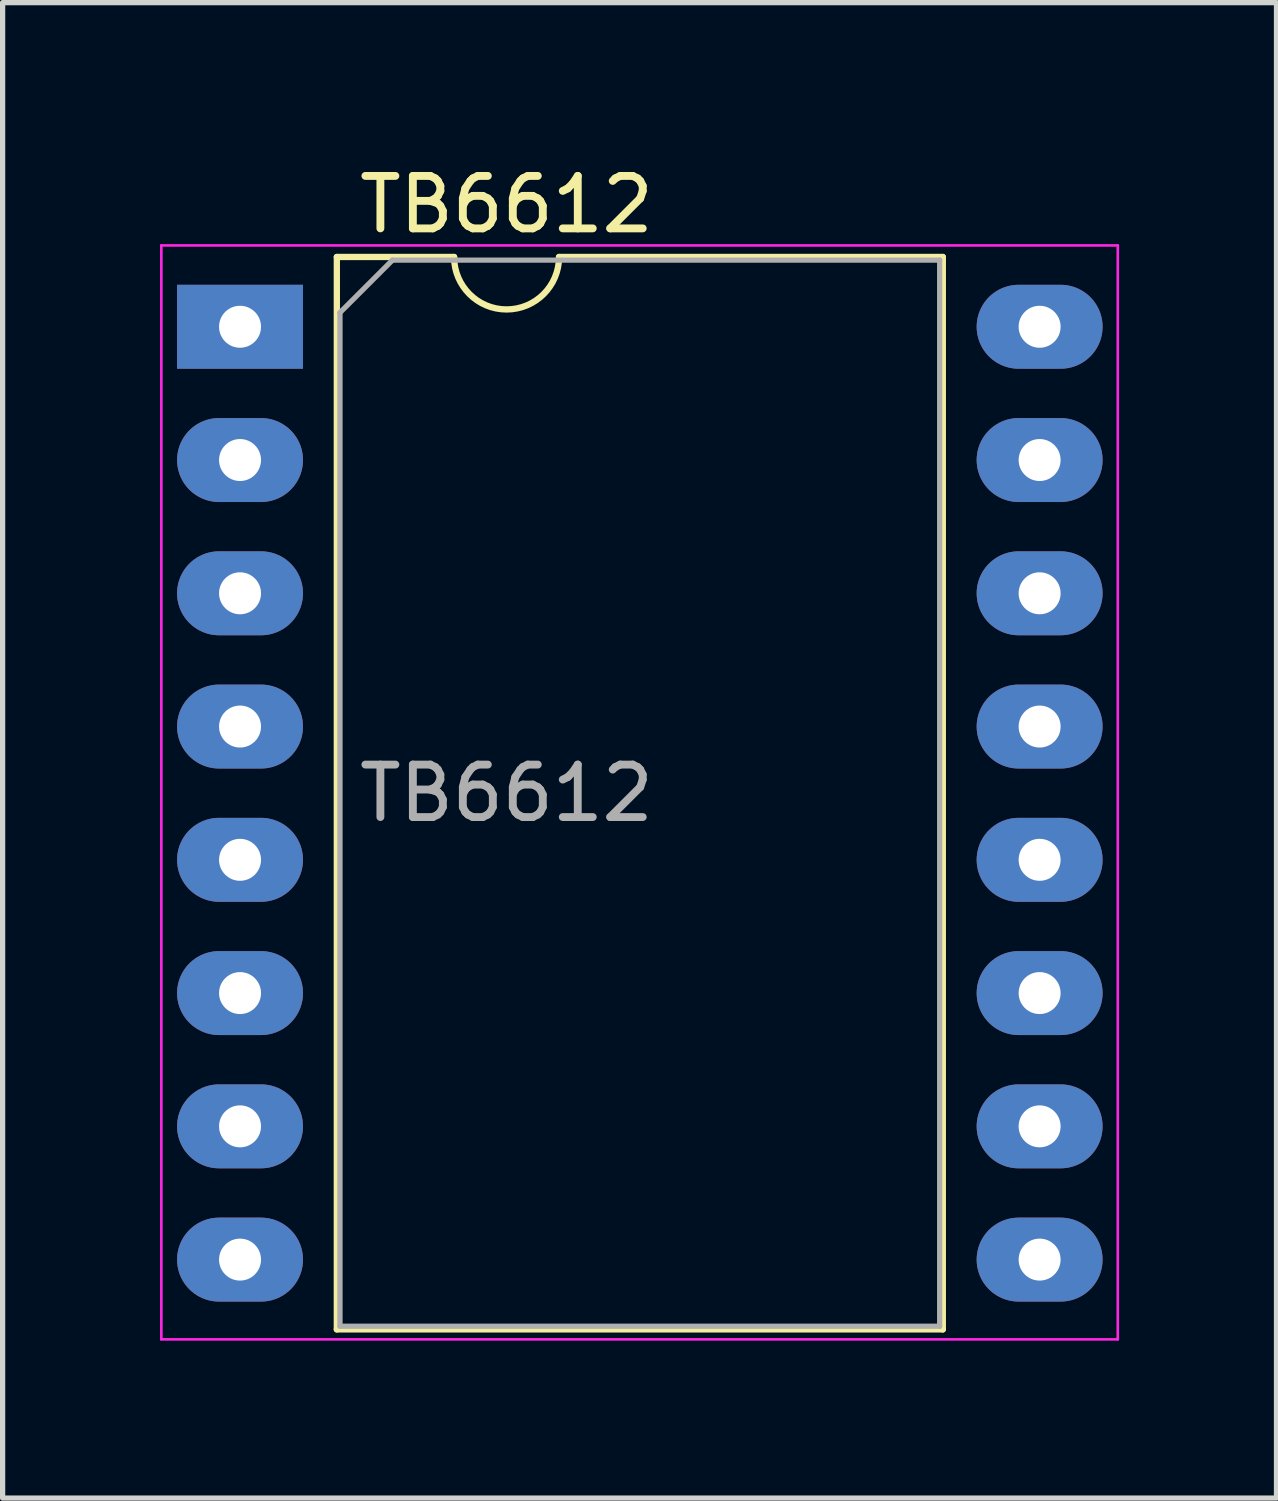
<source format=kicad_pcb>
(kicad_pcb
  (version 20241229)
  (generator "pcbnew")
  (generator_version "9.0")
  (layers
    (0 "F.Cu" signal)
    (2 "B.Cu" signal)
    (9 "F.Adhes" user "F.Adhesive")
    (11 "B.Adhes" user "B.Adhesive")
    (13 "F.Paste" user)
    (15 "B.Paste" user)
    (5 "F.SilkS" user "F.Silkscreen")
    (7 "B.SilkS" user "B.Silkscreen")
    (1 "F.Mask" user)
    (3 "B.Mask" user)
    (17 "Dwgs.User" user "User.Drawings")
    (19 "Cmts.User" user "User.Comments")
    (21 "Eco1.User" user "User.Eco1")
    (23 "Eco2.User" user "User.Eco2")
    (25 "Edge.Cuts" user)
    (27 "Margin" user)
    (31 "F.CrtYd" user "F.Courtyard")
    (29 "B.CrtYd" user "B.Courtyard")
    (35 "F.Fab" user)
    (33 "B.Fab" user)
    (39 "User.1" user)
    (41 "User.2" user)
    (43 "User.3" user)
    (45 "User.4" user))
  (footprint "TB6612"
    (layer "F.Cu")
    (at 1.525 3.178)
    (property "Reference" "TB6612" (at 5.08 -2.33 0) (layer "F.SilkS") (effects (font (size 1 1) (thickness 0.15))))
    (attr through_hole)
    (fp_line (start 1.845 -1.33) (end 1.845 19.11) (stroke (width 0.12) (type solid)) (layer "F.SilkS"))
    (fp_line (start 1.845 19.11) (end 13.395 19.11) (stroke (width 0.12) (type solid)) (layer "F.SilkS"))
    (fp_line (start 4.08 -1.33) (end 1.845 -1.33) (stroke (width 0.12) (type solid)) (layer "F.SilkS"))
    (fp_line (start 13.395 -1.33) (end 6.08 -1.33) (stroke (width 0.12) (type solid)) (layer "F.SilkS"))
    (fp_line (start 13.395 19.11) (end 13.395 -1.33) (stroke (width 0.12) (type solid)) (layer "F.SilkS"))
    (fp_arc (start 6.08 -1.33) (mid 5.08 -0.33) (end 4.08 -1.33) (stroke (width 0.12) (type solid)) (layer "F.SilkS"))
    (fp_line (start -1.5 -1.55) (end -1.5 19.3) (stroke (width 0.05) (type solid)) (layer "F.CrtYd"))
    (fp_line (start -1.5 19.3) (end 16.73 19.3) (stroke (width 0.05) (type solid)) (layer "F.CrtYd"))
    (fp_line (start 16.73 -1.55) (end -1.5 -1.55) (stroke (width 0.05) (type solid)) (layer "F.CrtYd"))
    (fp_line (start 16.73 19.3) (end 16.73 -1.55) (stroke (width 0.05) (type solid)) (layer "F.CrtYd"))
    (fp_line (start 1.905 -0.27) (end 2.905 -1.27) (stroke (width 0.1) (type solid)) (layer "F.Fab"))
    (fp_line (start 1.905 19.05) (end 1.905 -0.27) (stroke (width 0.1) (type solid)) (layer "F.Fab"))
    (fp_line (start 2.905 -1.27) (end 13.335 -1.27) (stroke (width 0.1) (type solid)) (layer "F.Fab"))
    (fp_line (start 13.335 -1.27) (end 13.335 19.05) (stroke (width 0.1) (type solid)) (layer "F.Fab"))
    (fp_line (start 13.335 19.05) (end 1.905 19.05) (stroke (width 0.1) (type solid)) (layer "F.Fab"))
    (fp_text user "${REFERENCE}" (at 5.08 8.89 0) (layer "F.Fab") (effects (font (size 1 1) (thickness 0.15))))
    (pad "1" thru_hole rect (at 0 0) (size 2.4 1.6) (drill 0.8) (layers "*.Cu" "*.Mask"))
    (pad "2" thru_hole oval (at 0 2.54) (size 2.4 1.6) (drill 0.8) (layers "*.Cu" "*.Mask"))
    (pad "3" thru_hole oval (at 0 5.08) (size 2.4 1.6) (drill 0.8) (layers "*.Cu" "*.Mask"))
    (pad "4" thru_hole oval (at 0 7.62) (size 2.4 1.6) (drill 0.8) (layers "*.Cu" "*.Mask"))
    (pad "5" thru_hole oval (at 0 10.16) (size 2.4 1.6) (drill 0.8) (layers "*.Cu" "*.Mask"))
    (pad "6" thru_hole oval (at 0 12.7) (size 2.4 1.6) (drill 0.8) (layers "*.Cu" "*.Mask"))
    (pad "7" thru_hole oval (at 0 15.24) (size 2.4 1.6) (drill 0.8) (layers "*.Cu" "*.Mask"))
    (pad "8" thru_hole oval (at 0 17.78) (size 2.4 1.6) (drill 0.8) (layers "*.Cu" "*.Mask"))
    (pad "9" thru_hole oval (at 15.24 17.78) (size 2.4 1.6) (drill 0.8) (layers "*.Cu" "*.Mask"))
    (pad "10" thru_hole oval (at 15.24 15.24) (size 2.4 1.6) (drill 0.8) (layers "*.Cu" "*.Mask"))
    (pad "11" thru_hole oval (at 15.24 12.7) (size 2.4 1.6) (drill 0.8) (layers "*.Cu" "*.Mask"))
    (pad "12" thru_hole oval (at 15.24 10.16) (size 2.4 1.6) (drill 0.8) (layers "*.Cu" "*.Mask"))
    (pad "13" thru_hole oval (at 15.24 7.62) (size 2.4 1.6) (drill 0.8) (layers "*.Cu" "*.Mask"))
    (pad "14" thru_hole oval (at 15.24 5.08) (size 2.4 1.6) (drill 0.8) (layers "*.Cu" "*.Mask"))
    (pad "15" thru_hole oval (at 15.24 2.54) (size 2.4 1.6) (drill 0.8) (layers "*.Cu" "*.Mask"))
    (pad "16" thru_hole oval (at 15.24 0) (size 2.4 1.6) (drill 0.8) (layers "*.Cu" "*.Mask")))
  (gr_rect
    (start -3 -3)
    (end 21.28 25.503)
    (stroke (width 0.1) (type default))
    (fill no)
    (layer "Edge.Cuts")))
</source>
